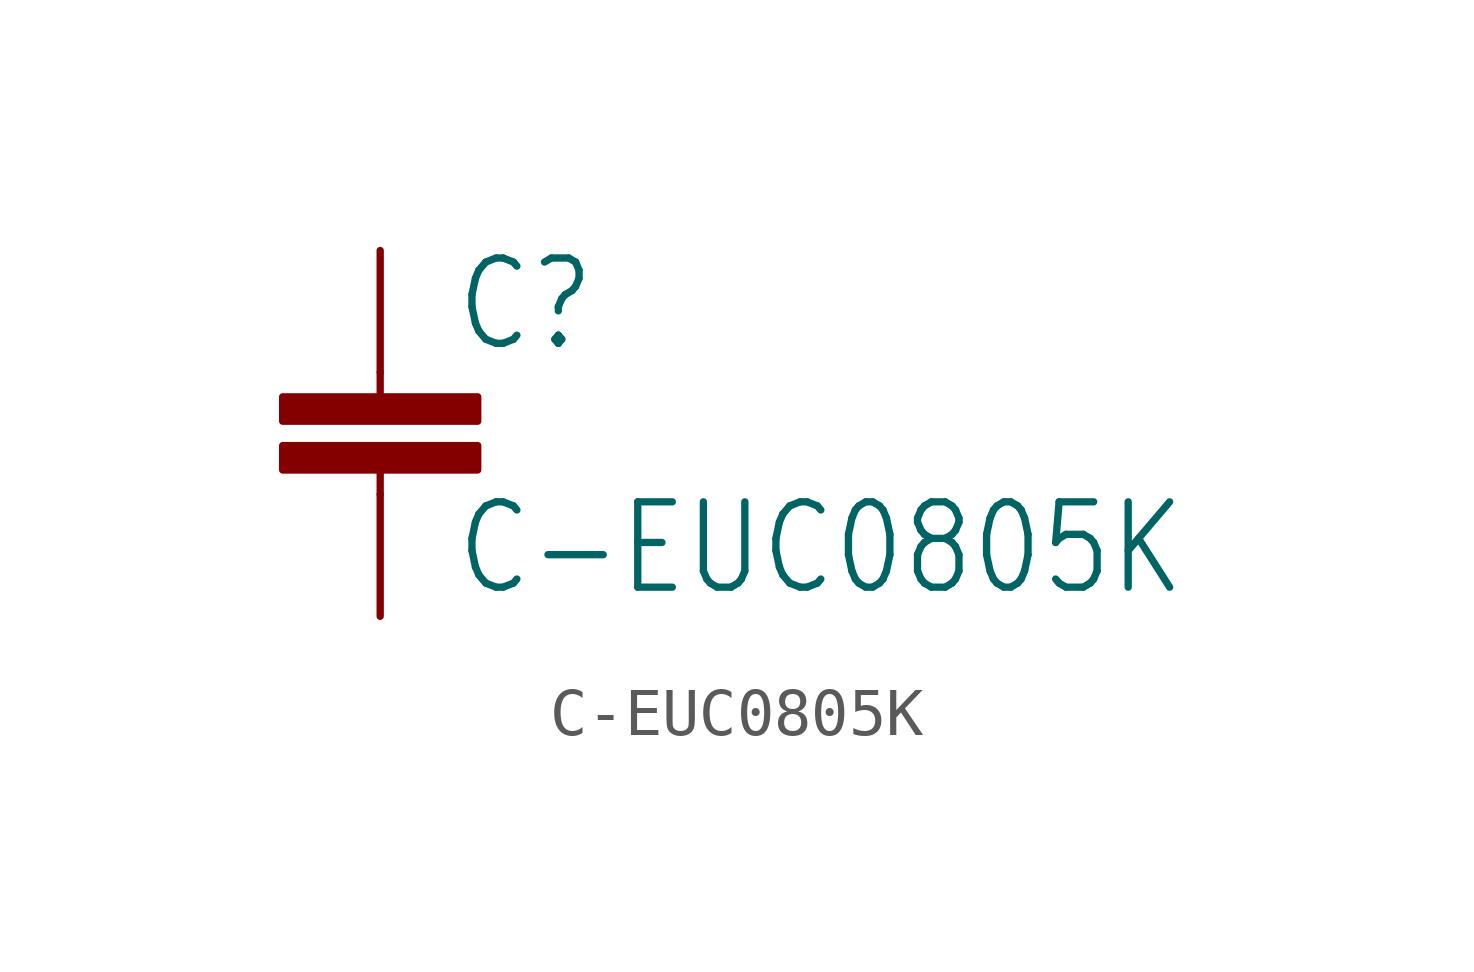
<source format=kicad_sym>
(kicad_symbol_lib
  (version 20211014)
  (generator kicad_symbol_editor)
  (symbol "C-EUC0805K"
    (property "Reference" "C"
      (at 1.524 0.381 0)
      (effects (font (size 1.778 1.511)) (justify left bottom)))
    (property "Value" "C-EUC0805K"
      (at 1.524 -4.699 0)
      (effects (font (size 1.778 1.511)) (justify left bottom)))
    (property "ki_locked" ""
      (at 0 0 0)
      (effects (font (size 1.27 1.27))))
    (symbol "C-EUC0805K_1_0"
      (rectangle (start -2.032 -2.032) (end 2.032 -1.524) (stroke (width 0) (type default) (color 0 0 0 0)) (fill (type outline)))
      (rectangle (start -2.032 -1.016) (end 2.032 -0.508) (stroke (width 0) (type default) (color 0 0 0 0)) (fill (type outline)))
      (polyline (pts (xy 0 -2.54) (xy 0 -2.032)) (stroke (width 0.152) (type default) (color 0 0 0 0)) (fill (type none)))
      (polyline (pts (xy 0 0) (xy 0 -0.508)) (stroke (width 0.152) (type default) (color 0 0 0 0)) (fill (type none)))
      (pin passive line (at 0 2.54 270) (length 2.54) (name "1" (effects (font (size 0 0)))) (number "1" (effects (font (size 0 0)))))
      (pin passive line (at 0 -5.08 90) (length 2.54) (name "2" (effects (font (size 0 0)))) (number "2" (effects (font (size 0 0))))))))
</source>
